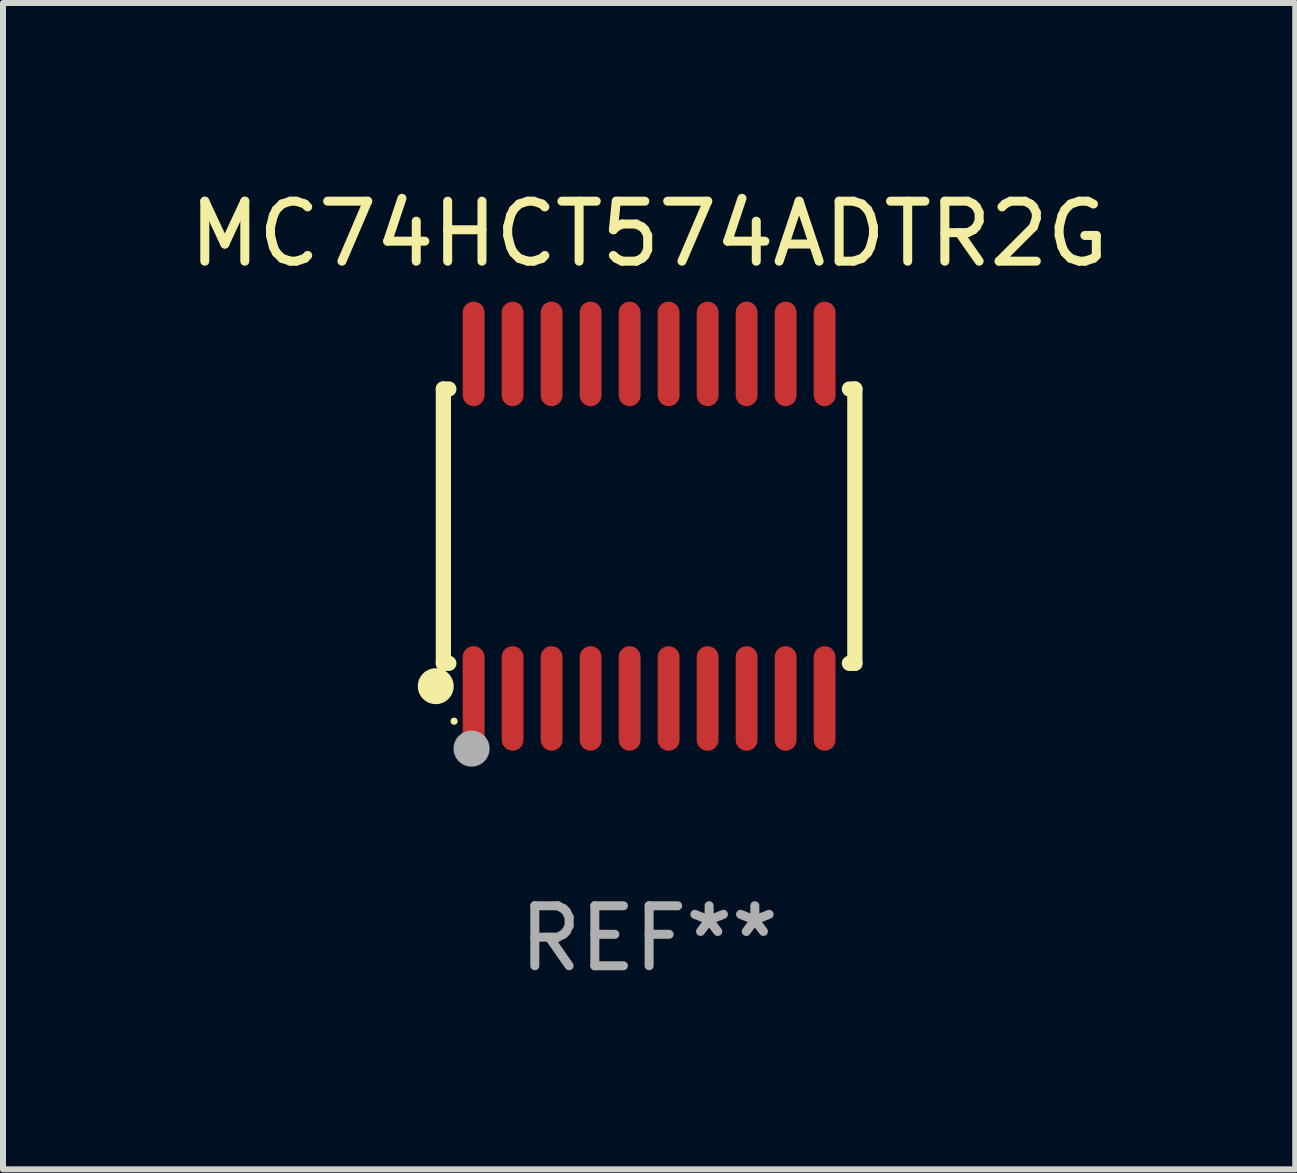
<source format=kicad_pcb>
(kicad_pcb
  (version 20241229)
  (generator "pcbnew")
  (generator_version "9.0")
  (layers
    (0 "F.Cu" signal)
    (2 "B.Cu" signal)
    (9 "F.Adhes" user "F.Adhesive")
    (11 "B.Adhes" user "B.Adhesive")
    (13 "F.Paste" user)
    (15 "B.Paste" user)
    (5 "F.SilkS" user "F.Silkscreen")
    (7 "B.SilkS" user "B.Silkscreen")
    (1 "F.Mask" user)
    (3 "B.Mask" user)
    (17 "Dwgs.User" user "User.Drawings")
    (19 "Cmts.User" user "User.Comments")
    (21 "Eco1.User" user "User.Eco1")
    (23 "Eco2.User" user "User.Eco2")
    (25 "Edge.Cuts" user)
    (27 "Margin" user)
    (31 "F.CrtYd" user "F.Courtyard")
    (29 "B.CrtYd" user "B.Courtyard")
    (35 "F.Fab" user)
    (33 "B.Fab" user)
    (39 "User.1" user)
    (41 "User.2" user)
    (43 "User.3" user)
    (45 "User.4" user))
  (footprint "MC74HCT574ADTR2G"
    (layer "F.Cu")
    (at 7.768 5.719)
    (property "Reference" "MC74HCT574ADTR2G" (at 0 -4.871 0) (layer "F.SilkS") (effects (font (size 1 1) (thickness 0.15))))
    (attr through_hole)
    (fp_line (start -3.429 -2.286) (end -3.429 2.286) (stroke (width 0.254) (type solid)) (layer "F.SilkS"))
    (fp_line (start -3.429 2.286) (end -3.338 2.286) (stroke (width 0.254) (type solid)) (layer "F.SilkS"))
    (fp_line (start -3.338 -2.286) (end -3.429 -2.286) (stroke (width 0.254) (type solid)) (layer "F.SilkS"))
    (fp_line (start 3.338 -2.286) (end 3.429 -2.286) (stroke (width 0.254) (type solid)) (layer "F.SilkS"))
    (fp_line (start 3.429 -2.286) (end 3.429 2.286) (stroke (width 0.254) (type solid)) (layer "F.SilkS"))
    (fp_line (start 3.429 2.286) (end 3.338 2.286) (stroke (width 0.254) (type solid)) (layer "F.SilkS"))
    (fp_circle (center -3.556 2.667) (end -3.406 2.667) (stroke (width 0.3) (type solid)) (fill no) (layer "F.SilkS"))
    (fp_circle (center -3.25 3.25) (end -3.22 3.25) (stroke (width 0.06) (type solid)) (fill no) (layer "F.SilkS"))
    (fp_circle (center -2.959 3.707) (end -2.808 3.707) (stroke (width 0.3) (type solid)) (fill no) (layer "F.Fab"))
    (fp_text user "REF**" (at 0 6.871 0) (layer "F.Fab") (effects (font (size 1 1) (thickness 0.15))))
    (pad "1" smd oval (at -2.925 2.871) (size 0.364 1.742) (layers "F.Cu" "F.Mask" "F.Paste"))
    (pad "2" smd oval (at -2.275 2.871) (size 0.364 1.742) (layers "F.Cu" "F.Mask" "F.Paste"))
    (pad "3" smd oval (at -1.625 2.871) (size 0.364 1.742) (layers "F.Cu" "F.Mask" "F.Paste"))
    (pad "4" smd oval (at -0.975 2.871) (size 0.364 1.742) (layers "F.Cu" "F.Mask" "F.Paste"))
    (pad "5" smd oval (at -0.325 2.871) (size 0.364 1.742) (layers "F.Cu" "F.Mask" "F.Paste"))
    (pad "6" smd oval (at 0.325 2.871) (size 0.364 1.742) (layers "F.Cu" "F.Mask" "F.Paste"))
    (pad "7" smd oval (at 0.975 2.871) (size 0.364 1.742) (layers "F.Cu" "F.Mask" "F.Paste"))
    (pad "8" smd oval (at 1.625 2.871) (size 0.364 1.742) (layers "F.Cu" "F.Mask" "F.Paste"))
    (pad "9" smd oval (at 2.275 2.871) (size 0.364 1.742) (layers "F.Cu" "F.Mask" "F.Paste"))
    (pad "10" smd oval (at 2.925 2.871) (size 0.364 1.742) (layers "F.Cu" "F.Mask" "F.Paste"))
    (pad "11" smd oval (at 2.925 -2.871) (size 0.364 1.742) (layers "F.Cu" "F.Mask" "F.Paste"))
    (pad "12" smd oval (at 2.275 -2.871) (size 0.364 1.742) (layers "F.Cu" "F.Mask" "F.Paste"))
    (pad "13" smd oval (at 1.625 -2.871) (size 0.364 1.742) (layers "F.Cu" "F.Mask" "F.Paste"))
    (pad "14" smd oval (at 0.975 -2.871) (size 0.364 1.742) (layers "F.Cu" "F.Mask" "F.Paste"))
    (pad "15" smd oval (at 0.325 -2.871) (size 0.364 1.742) (layers "F.Cu" "F.Mask" "F.Paste"))
    (pad "16" smd oval (at -0.325 -2.871) (size 0.364 1.742) (layers "F.Cu" "F.Mask" "F.Paste"))
    (pad "17" smd oval (at -0.975 -2.871) (size 0.364 1.742) (layers "F.Cu" "F.Mask" "F.Paste"))
    (pad "18" smd oval (at -1.625 -2.871) (size 0.364 1.742) (layers "F.Cu" "F.Mask" "F.Paste"))
    (pad "19" smd oval (at -2.275 -2.871) (size 0.364 1.742) (layers "F.Cu" "F.Mask" "F.Paste"))
    (pad "20" smd oval (at -2.925 -2.871) (size 0.364 1.742) (layers "F.Cu" "F.Mask" "F.Paste")))
  (gr_rect
    (start -3 -3)
    (end 18.536 16.438)
    (stroke (width 0.1) (type default))
    (fill no)
    (layer "Edge.Cuts")))
</source>
